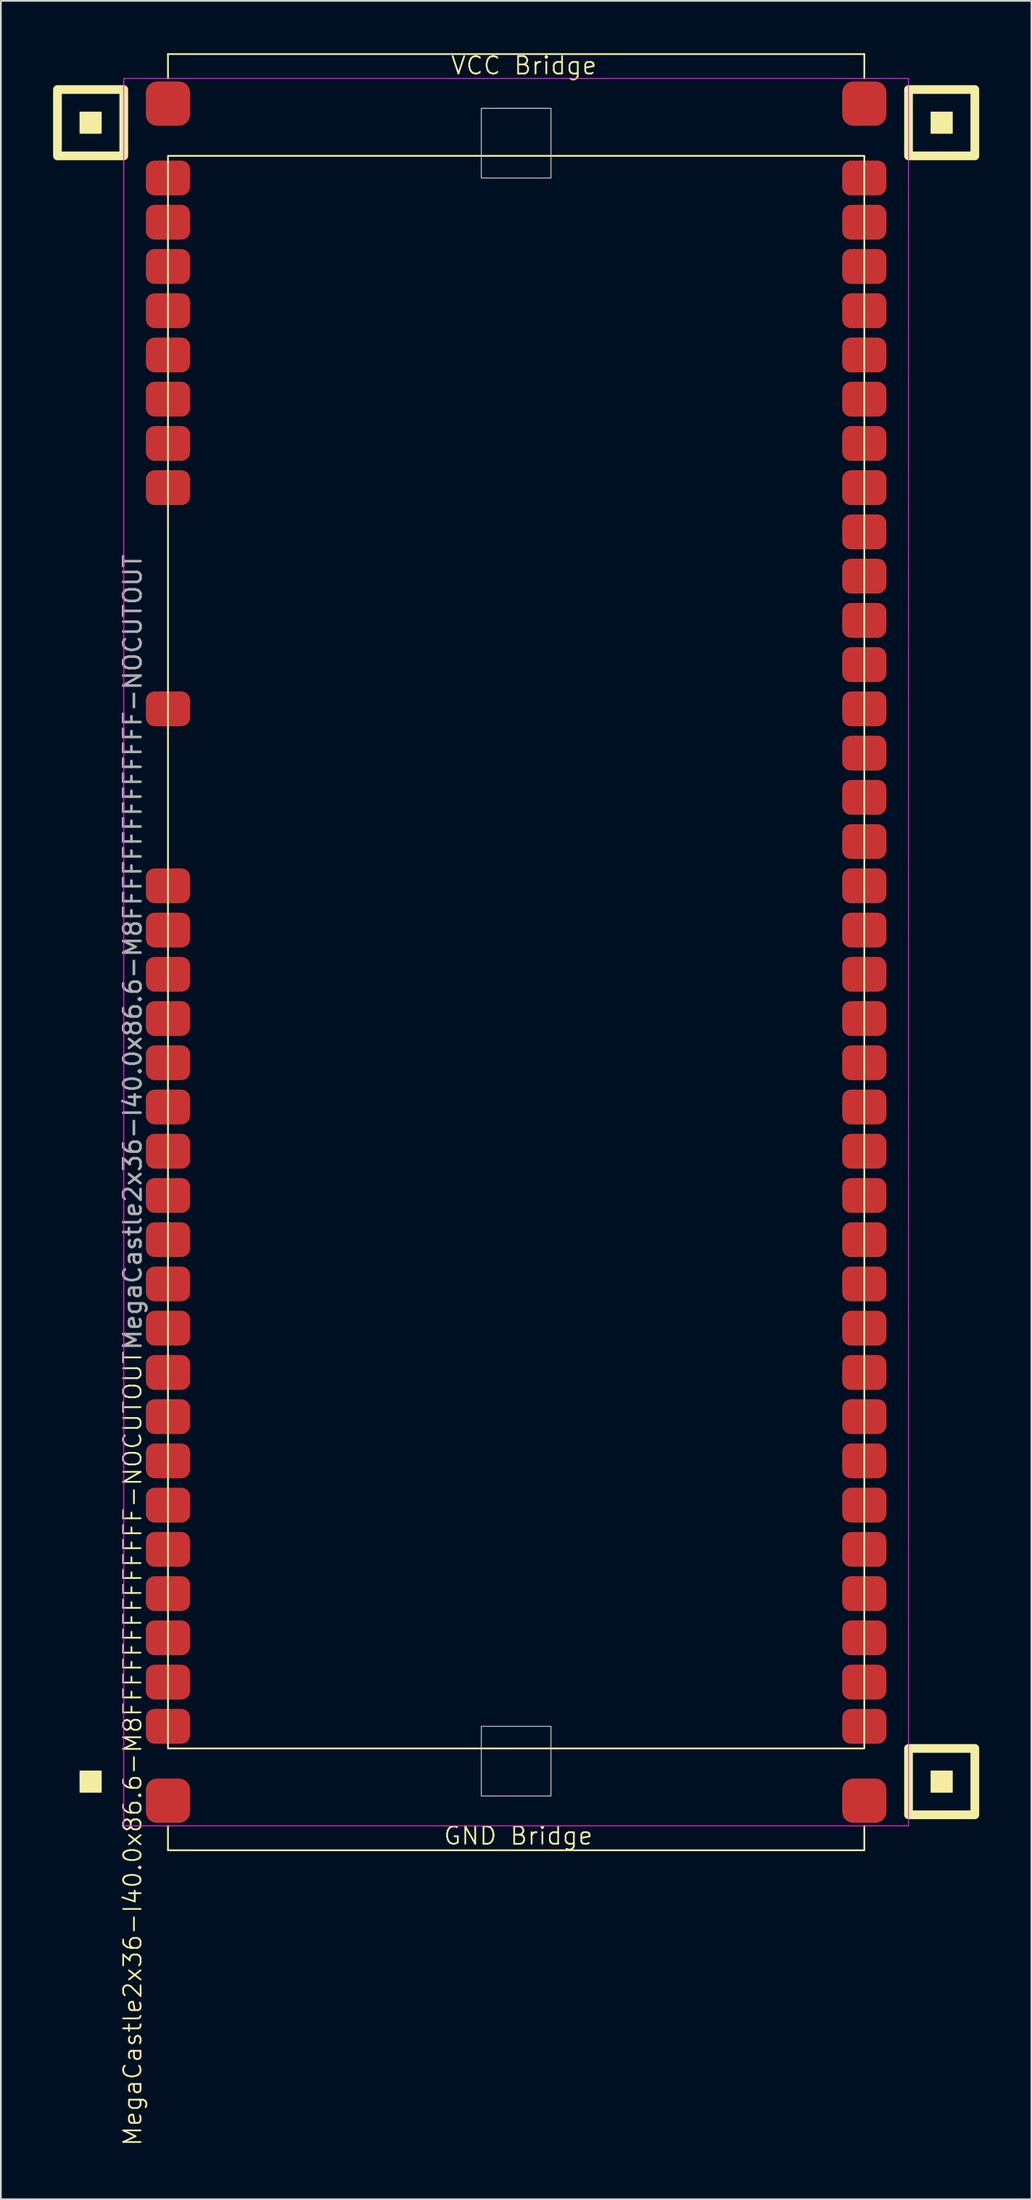
<source format=kicad_pcb>
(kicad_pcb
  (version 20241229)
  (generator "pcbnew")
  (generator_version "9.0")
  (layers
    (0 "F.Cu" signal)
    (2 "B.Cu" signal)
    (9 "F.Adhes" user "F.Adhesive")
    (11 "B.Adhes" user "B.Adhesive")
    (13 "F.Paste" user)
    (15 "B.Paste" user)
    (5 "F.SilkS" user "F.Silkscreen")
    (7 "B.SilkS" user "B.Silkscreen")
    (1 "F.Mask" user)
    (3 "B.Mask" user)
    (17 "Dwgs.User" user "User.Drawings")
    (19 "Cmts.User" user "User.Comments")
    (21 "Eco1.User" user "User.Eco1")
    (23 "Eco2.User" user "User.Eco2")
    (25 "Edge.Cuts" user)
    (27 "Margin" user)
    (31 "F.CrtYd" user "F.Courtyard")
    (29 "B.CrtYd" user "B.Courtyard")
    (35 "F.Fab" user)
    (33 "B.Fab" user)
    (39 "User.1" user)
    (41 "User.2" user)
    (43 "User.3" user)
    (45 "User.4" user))
  (footprint "MegaCastle2x36-I40.0x86.6-M8FFFFFFFFFFFFFF-NOCUTOUT"
    (layer "F.Cu")
    (at 26.6 51.62)
    (property "Reference" "MegaCastle2x36-I40.0x86.6-M8FFFFFFFFFFFFFF-NOCUTOUT" (at -22.032 45.72 90) (unlocked yes) (layer "F.SilkS") (effects (font (size 1 1) (thickness 0.1))))
    (attr smd)
    (fp_line (start -20 -51.565) (end 20 -51.565) (stroke (width 0.1) (type default)) (layer "F.SilkS"))
    (fp_line (start -20 -50.165) (end -20 -51.565) (stroke (width 0.1) (type default)) (layer "F.SilkS"))
    (fp_line (start -20 50.165) (end -20 51.565) (stroke (width 0.1) (type default)) (layer "F.SilkS"))
    (fp_line (start -20 51.565) (end 20 51.565) (stroke (width 0.1) (type default)) (layer "F.SilkS"))
    (fp_line (start 20 -50.165) (end 20 -51.565) (stroke (width 0.1) (type default)) (layer "F.SilkS"))
    (fp_line (start 20 50.165) (end 20 51.565) (stroke (width 0.1) (type default)) (layer "F.SilkS"))
    (fp_rect (start -23.81 -46.99) (end -25.08 -48.26) (stroke (width 0) (type solid)) (fill yes) (layer "F.SilkS"))
    (fp_rect (start -23.81 48.26) (end -25.08 46.99) (stroke (width 0) (type solid)) (fill yes) (layer "F.SilkS"))
    (fp_rect (start -22.54 -45.72) (end -26.35 -49.53) (stroke (width 0.5) (type default)) (fill no) (layer "F.SilkS"))
    (fp_rect (start -20 -45.72) (end 20 45.72) (stroke (width 0.1) (type default)) (fill no) (layer "F.SilkS"))
    (fp_rect (start 25.08 -46.99) (end 23.81 -48.26) (stroke (width 0) (type solid)) (fill yes) (layer "F.SilkS"))
    (fp_rect (start 25.08 48.26) (end 23.81 46.99) (stroke (width 0) (type solid)) (fill yes) (layer "F.SilkS"))
    (fp_rect (start 26.35 -45.72) (end 22.54 -49.53) (stroke (width 0.5) (type default)) (fill no) (layer "F.SilkS"))
    (fp_rect (start 26.35 49.53) (end 22.54 45.72) (stroke (width 0.5) (type default)) (fill no) (layer "F.SilkS"))
    (fp_rect (start -2 -44.45) (end 2 -48.45) (stroke (width 0.05) (type default)) (fill no) (layer "Edge.Cuts"))
    (fp_rect (start -2 44.45) (end 2 48.45) (stroke (width 0.05) (type default)) (fill no) (layer "Edge.Cuts"))
    (fp_line (start -22.54 -50.165) (end -22.54 50.165) (stroke (width 0.05) (type default)) (layer "F.CrtYd"))
    (fp_line (start -22.54 50.165) (end 22.54 50.165) (stroke (width 0.05) (type default)) (layer "F.CrtYd"))
    (fp_line (start 22.54 -50.165) (end -22.54 -50.165) (stroke (width 0.05) (type default)) (layer "F.CrtYd"))
    (fp_line (start 22.54 -50.165) (end 22.54 50.165) (stroke (width 0.05) (type default)) (layer "F.CrtYd"))
    (fp_text user "GND Bridge" (at -4.226 51.32 0) (unlocked yes) (layer "F.SilkS") (effects (font (size 1 1) (thickness 0.1)) (justify left bottom)))
    (fp_text user "VCC Bridge" (at -3.81 -50.32 0) (unlocked yes) (layer "F.SilkS") (effects (font (size 1 1) (thickness 0.1)) (justify left bottom)))
    (fp_text user "${REFERENCE}" (at -22.032 0 90) (unlocked yes) (layer "F.Fab") (effects (font (size 1 1) (thickness 0.15))))
    (pad "1" smd roundrect (at -20 -44.45) (size 2.54 2) (layers "F.Cu" "F.Mask" "F.Paste") (roundrect_rratio 0.25))
    (pad "2" smd roundrect (at -20 -41.91) (size 2.54 2) (layers "F.Cu" "F.Mask" "F.Paste") (roundrect_rratio 0.25))
    (pad "3" smd roundrect (at -20 -39.37) (size 2.54 2) (layers "F.Cu" "F.Mask" "F.Paste") (roundrect_rratio 0.25))
    (pad "4" smd roundrect (at -20 -36.83) (size 2.54 2) (layers "F.Cu" "F.Mask" "F.Paste") (roundrect_rratio 0.25))
    (pad "5" smd roundrect (at -20 -34.29) (size 2.54 2) (layers "F.Cu" "F.Mask" "F.Paste") (roundrect_rratio 0.25))
    (pad "6" smd roundrect (at -20 -31.75) (size 2.54 2) (layers "F.Cu" "F.Mask" "F.Paste") (roundrect_rratio 0.25))
    (pad "7" smd roundrect (at -20 -29.21) (size 2.54 2) (layers "F.Cu" "F.Mask" "F.Paste") (roundrect_rratio 0.25))
    (pad "8" smd roundrect (at -20 -26.67) (size 2.54 2) (layers "F.Cu" "F.Mask" "F.Paste") (roundrect_rratio 0.25))
    (pad "13" smd roundrect (at -20 -13.97) (size 2.54 2) (layers "F.Cu" "F.Mask" "F.Paste") (roundrect_rratio 0.25))
    (pad "17" smd roundrect (at -20 -3.81) (size 2.54 2) (layers "F.Cu" "F.Mask" "F.Paste") (roundrect_rratio 0.25))
    (pad "18" smd roundrect (at -20 -1.27) (size 2.54 2) (layers "F.Cu" "F.Mask" "F.Paste") (roundrect_rratio 0.25))
    (pad "19" smd roundrect (at -20 1.27) (size 2.54 2) (layers "F.Cu" "F.Mask" "F.Paste") (roundrect_rratio 0.25))
    (pad "20" smd roundrect (at -20 3.81) (size 2.54 2) (layers "F.Cu" "F.Mask" "F.Paste") (roundrect_rratio 0.25))
    (pad "21" smd roundrect (at -20 6.35) (size 2.54 2) (layers "F.Cu" "F.Mask" "F.Paste") (roundrect_rratio 0.25))
    (pad "22" smd roundrect (at -20 8.89) (size 2.54 2) (layers "F.Cu" "F.Mask" "F.Paste") (roundrect_rratio 0.25))
    (pad "23" smd roundrect (at -20 11.43) (size 2.54 2) (layers "F.Cu" "F.Mask" "F.Paste") (roundrect_rratio 0.25))
    (pad "24" smd roundrect (at -20 13.97) (size 2.54 2) (layers "F.Cu" "F.Mask" "F.Paste") (roundrect_rratio 0.25))
    (pad "25" smd roundrect (at -20 16.51) (size 2.54 2) (layers "F.Cu" "F.Mask" "F.Paste") (roundrect_rratio 0.25))
    (pad "26" smd roundrect (at -20 19.05) (size 2.54 2) (layers "F.Cu" "F.Mask" "F.Paste") (roundrect_rratio 0.25))
    (pad "27" smd roundrect (at -20 21.59) (size 2.54 2) (layers "F.Cu" "F.Mask" "F.Paste") (roundrect_rratio 0.25))
    (pad "28" smd roundrect (at -20 24.13) (size 2.54 2) (layers "F.Cu" "F.Mask" "F.Paste") (roundrect_rratio 0.25))
    (pad "29" smd roundrect (at -20 26.67) (size 2.54 2) (layers "F.Cu" "F.Mask" "F.Paste") (roundrect_rratio 0.25))
    (pad "30" smd roundrect (at -20 29.21) (size 2.54 2) (layers "F.Cu" "F.Mask" "F.Paste") (roundrect_rratio 0.25))
    (pad "31" smd roundrect (at -20 31.75) (size 2.54 2) (layers "F.Cu" "F.Mask" "F.Paste") (roundrect_rratio 0.25))
    (pad "32" smd roundrect (at -20 34.29) (size 2.54 2) (layers "F.Cu" "F.Mask" "F.Paste") (roundrect_rratio 0.25))
    (pad "33" smd roundrect (at -20 36.83) (size 2.54 2) (layers "F.Cu" "F.Mask" "F.Paste") (roundrect_rratio 0.25))
    (pad "34" smd roundrect (at -20 39.37) (size 2.54 2) (layers "F.Cu" "F.Mask" "F.Paste") (roundrect_rratio 0.25))
    (pad "35" smd roundrect (at -20 41.91) (size 2.54 2) (layers "F.Cu" "F.Mask" "F.Paste") (roundrect_rratio 0.25))
    (pad "36" smd roundrect (at -20 44.45) (size 2.54 2) (layers "F.Cu" "F.Mask" "F.Paste") (roundrect_rratio 0.25))
    (pad "37" smd roundrect (at 20 -44.45) (size 2.54 2) (layers "F.Cu" "F.Mask" "F.Paste") (roundrect_rratio 0.25))
    (pad "38" smd roundrect (at 20 -41.91) (size 2.54 2) (layers "F.Cu" "F.Mask" "F.Paste") (roundrect_rratio 0.25))
    (pad "39" smd roundrect (at 20 -39.37) (size 2.54 2) (layers "F.Cu" "F.Mask" "F.Paste") (roundrect_rratio 0.25))
    (pad "40" smd roundrect (at 20 -36.83) (size 2.54 2) (layers "F.Cu" "F.Mask" "F.Paste") (roundrect_rratio 0.25))
    (pad "41" smd roundrect (at 20 -34.29) (size 2.54 2) (layers "F.Cu" "F.Mask" "F.Paste") (roundrect_rratio 0.25))
    (pad "42" smd roundrect (at 20 -31.75) (size 2.54 2) (layers "F.Cu" "F.Mask" "F.Paste") (roundrect_rratio 0.25))
    (pad "43" smd roundrect (at 20 -29.21) (size 2.54 2) (layers "F.Cu" "F.Mask" "F.Paste") (roundrect_rratio 0.25))
    (pad "44" smd roundrect (at 20 -26.67) (size 2.54 2) (layers "F.Cu" "F.Mask" "F.Paste") (roundrect_rratio 0.25))
    (pad "45" smd roundrect (at 20 -24.13) (size 2.54 2) (layers "F.Cu" "F.Mask" "F.Paste") (roundrect_rratio 0.25))
    (pad "46" smd roundrect (at 20 -21.59) (size 2.54 2) (layers "F.Cu" "F.Mask" "F.Paste") (roundrect_rratio 0.25))
    (pad "47" smd roundrect (at 20 -19.05) (size 2.54 2) (layers "F.Cu" "F.Mask" "F.Paste") (roundrect_rratio 0.25))
    (pad "48" smd roundrect (at 20 -16.51) (size 2.54 2) (layers "F.Cu" "F.Mask" "F.Paste") (roundrect_rratio 0.25))
    (pad "49" smd roundrect (at 20 -13.97) (size 2.54 2) (layers "F.Cu" "F.Mask" "F.Paste") (roundrect_rratio 0.25))
    (pad "50" smd roundrect (at 20 -11.43) (size 2.54 2) (layers "F.Cu" "F.Mask" "F.Paste") (roundrect_rratio 0.25))
    (pad "51" smd roundrect (at 20 -8.89) (size 2.54 2) (layers "F.Cu" "F.Mask" "F.Paste") (roundrect_rratio 0.25))
    (pad "52" smd roundrect (at 20 -6.35) (size 2.54 2) (layers "F.Cu" "F.Mask" "F.Paste") (roundrect_rratio 0.25))
    (pad "53" smd roundrect (at 20 -3.81) (size 2.54 2) (layers "F.Cu" "F.Mask" "F.Paste") (roundrect_rratio 0.25))
    (pad "54" smd roundrect (at 20 -1.27) (size 2.54 2) (layers "F.Cu" "F.Mask" "F.Paste") (roundrect_rratio 0.25))
    (pad "55" smd roundrect (at 20 1.27) (size 2.54 2) (layers "F.Cu" "F.Mask" "F.Paste") (roundrect_rratio 0.25))
    (pad "56" smd roundrect (at 20 3.81) (size 2.54 2) (layers "F.Cu" "F.Mask" "F.Paste") (roundrect_rratio 0.25))
    (pad "57" smd roundrect (at 20 6.35) (size 2.54 2) (layers "F.Cu" "F.Mask" "F.Paste") (roundrect_rratio 0.25))
    (pad "58" smd roundrect (at 20 8.89) (size 2.54 2) (layers "F.Cu" "F.Mask" "F.Paste") (roundrect_rratio 0.25))
    (pad "59" smd roundrect (at 20 11.43) (size 2.54 2) (layers "F.Cu" "F.Mask" "F.Paste") (roundrect_rratio 0.25))
    (pad "60" smd roundrect (at 20 13.97) (size 2.54 2) (layers "F.Cu" "F.Mask" "F.Paste") (roundrect_rratio 0.25))
    (pad "61" smd roundrect (at 20 16.51) (size 2.54 2) (layers "F.Cu" "F.Mask" "F.Paste") (roundrect_rratio 0.25))
    (pad "62" smd roundrect (at 20 19.05) (size 2.54 2) (layers "F.Cu" "F.Mask" "F.Paste") (roundrect_rratio 0.25))
    (pad "63" smd roundrect (at 20 21.59) (size 2.54 2) (layers "F.Cu" "F.Mask" "F.Paste") (roundrect_rratio 0.25))
    (pad "64" smd roundrect (at 20 24.13) (size 2.54 2) (layers "F.Cu" "F.Mask" "F.Paste") (roundrect_rratio 0.25))
    (pad "65" smd roundrect (at 20 26.67) (size 2.54 2) (layers "F.Cu" "F.Mask" "F.Paste") (roundrect_rratio 0.25))
    (pad "66" smd roundrect (at 20 29.21) (size 2.54 2) (layers "F.Cu" "F.Mask" "F.Paste") (roundrect_rratio 0.25))
    (pad "67" smd roundrect (at 20 31.75) (size 2.54 2) (layers "F.Cu" "F.Mask" "F.Paste") (roundrect_rratio 0.25))
    (pad "68" smd roundrect (at 20 34.29) (size 2.54 2) (layers "F.Cu" "F.Mask" "F.Paste") (roundrect_rratio 0.25))
    (pad "69" smd roundrect (at 20 36.83) (size 2.54 2) (layers "F.Cu" "F.Mask" "F.Paste") (roundrect_rratio 0.25))
    (pad "70" smd roundrect (at 20 39.37) (size 2.54 2) (layers "F.Cu" "F.Mask" "F.Paste") (roundrect_rratio 0.25))
    (pad "71" smd roundrect (at 20 41.91) (size 2.54 2) (layers "F.Cu" "F.Mask" "F.Paste") (roundrect_rratio 0.25))
    (pad "72" smd roundrect (at 20 44.45) (size 2.54 2) (layers "F.Cu" "F.Mask" "F.Paste") (roundrect_rratio 0.25))
    (pad "A1" smd roundrect (at -20 -48.72) (size 2.54 2.54) (layers "F.Cu" "F.Mask" "F.Paste") (roundrect_rratio 0.25))
    (pad "A2" smd roundrect (at 20 -48.72) (size 2.54 2.54) (layers "F.Cu" "F.Mask" "F.Paste") (roundrect_rratio 0.25))
    (pad "B1" smd roundrect (at -20 48.72) (size 2.54 2.54) (layers "F.Cu" "F.Mask" "F.Paste") (roundrect_rratio 0.25))
    (pad "B2" smd roundrect (at 20 48.72) (size 2.54 2.54) (layers "F.Cu" "F.Mask" "F.Paste") (roundrect_rratio 0.25)))
  (gr_rect
    (start -3 -3)
    (end 56.2 123.223)
    (stroke (width 0.1) (type default))
    (fill no)
    (layer "Edge.Cuts")))
</source>
